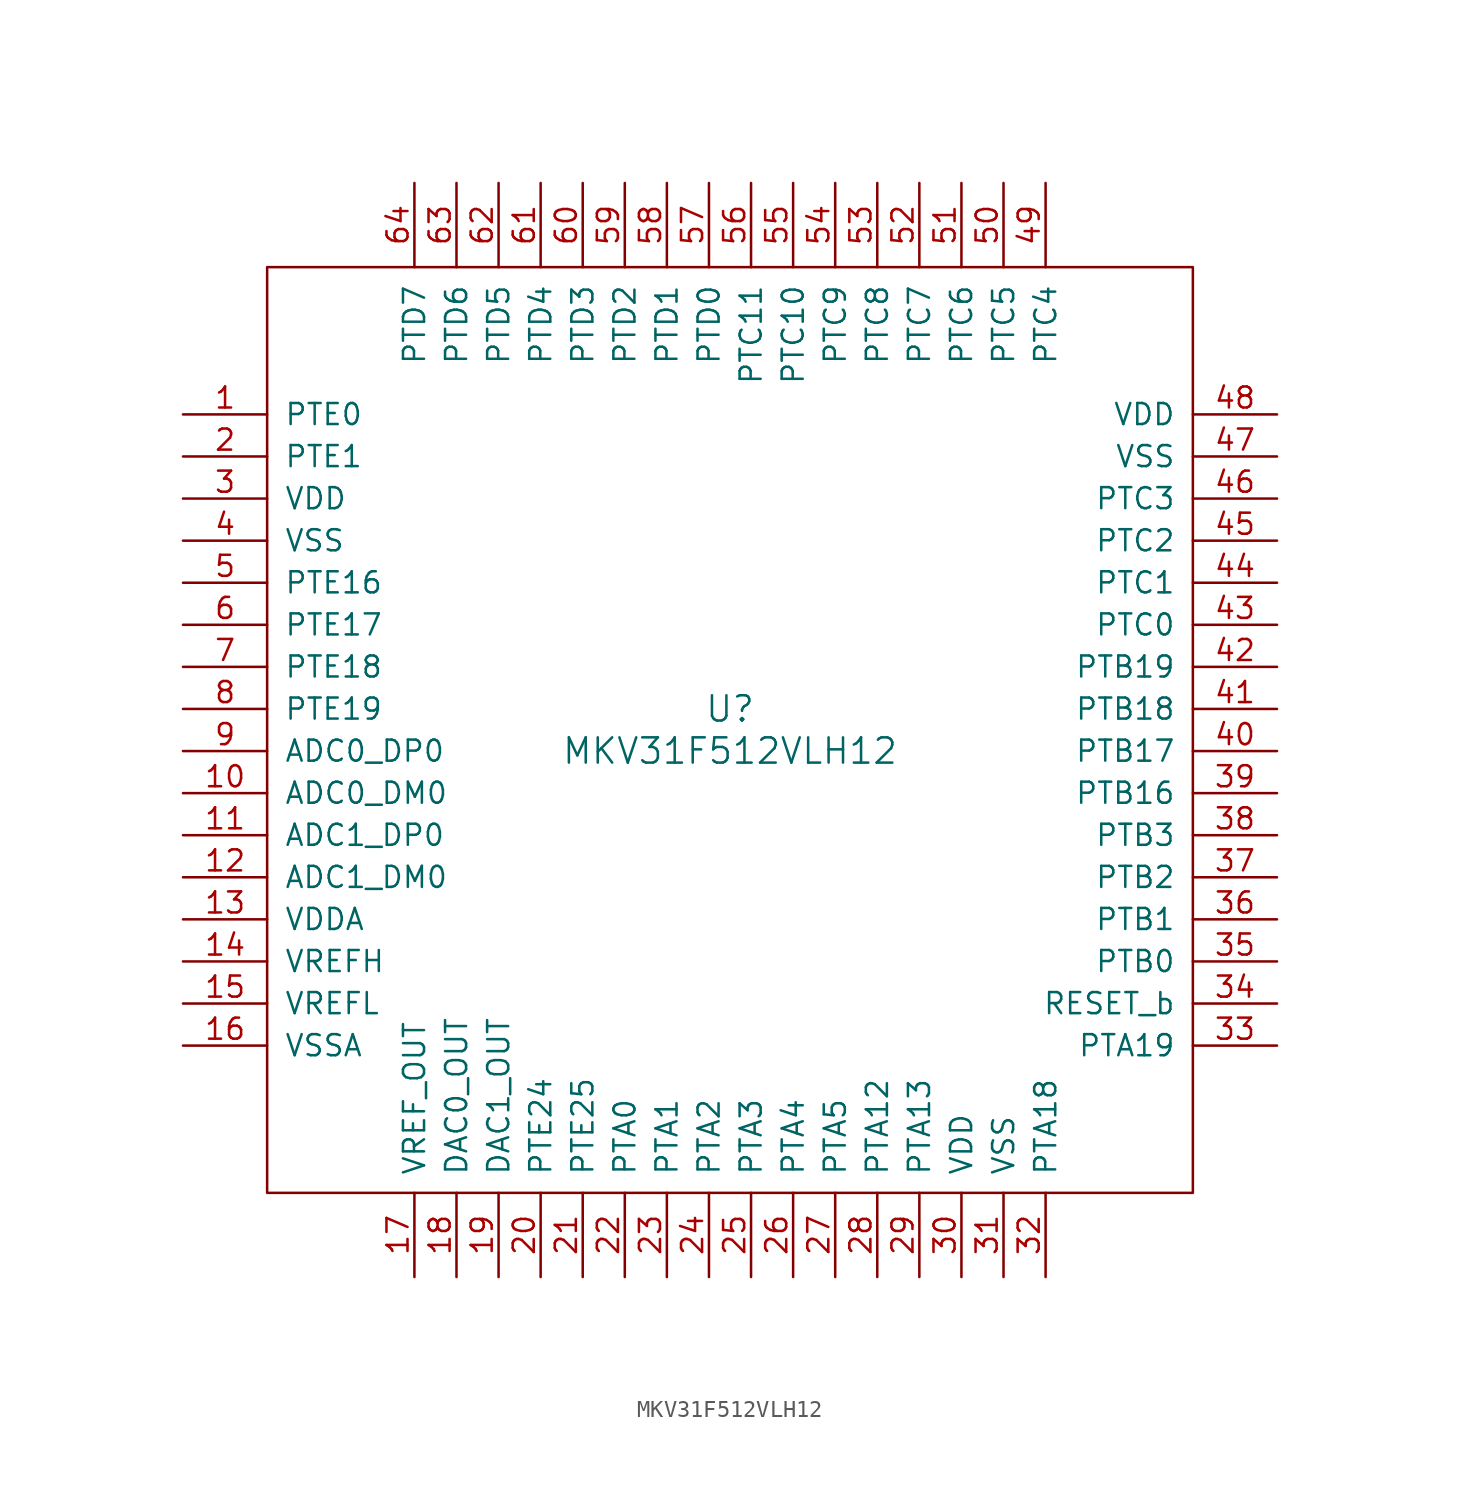
<source format=kicad_sym>
(kicad_symbol_lib
  (version 20201005)
  (generator kicad_symbol_editor)
  (symbol "MKV31F512VLH12"
    (pin_names
      (offset 1.016))
    (property "Reference" "U"
      (at 0 1.27 0)
      (effects (font (size 1.524 1.524))))
    (property "Value" "MKV31F512VLH12"
      (at 0 -1.27 0)
      (effects (font (size 1.524 1.524))))
    (symbol "MKV31F512VLH12_0_1"
      (rectangle (start -27.94 27.94) (end 27.94 -27.94) (stroke (width 0)) (fill (type none))))
    (symbol "MKV31F512VLH12_1_1"
      (pin bidirectional line (at -33.02 19.05 0) (length 5.08) (name "PTE0" (effects (font (size 1.27 1.27)))) (number "1" (effects (font (size 1.27 1.27)))))
      (pin input line (at -33.02 -3.81 0) (length 5.08) (name "ADC0_DM0" (effects (font (size 1.27 1.27)))) (number "10" (effects (font (size 1.27 1.27)))))
      (pin input line (at -33.02 -6.35 0) (length 5.08) (name "ADC1_DP0" (effects (font (size 1.27 1.27)))) (number "11" (effects (font (size 1.27 1.27)))))
      (pin input line (at -33.02 -8.89 0) (length 5.08) (name "ADC1_DM0" (effects (font (size 1.27 1.27)))) (number "12" (effects (font (size 1.27 1.27)))))
      (pin power_in line (at -33.02 -11.43 0) (length 5.08) (name "VDDA" (effects (font (size 1.27 1.27)))) (number "13" (effects (font (size 1.27 1.27)))))
      (pin power_in line (at -33.02 -13.97 0) (length 5.08) (name "VREFH" (effects (font (size 1.27 1.27)))) (number "14" (effects (font (size 1.27 1.27)))))
      (pin power_in line (at -33.02 -16.51 0) (length 5.08) (name "VREFL" (effects (font (size 1.27 1.27)))) (number "15" (effects (font (size 1.27 1.27)))))
      (pin power_in line (at -33.02 -19.05 0) (length 5.08) (name "VSSA" (effects (font (size 1.27 1.27)))) (number "16" (effects (font (size 1.27 1.27)))))
      (pin output line (at -19.05 -33.02 90) (length 5.08) (name "VREF_OUT" (effects (font (size 1.27 1.27)))) (number "17" (effects (font (size 1.27 1.27)))))
      (pin output line (at -16.51 -33.02 90) (length 5.08) (name "DAC0_OUT" (effects (font (size 1.27 1.27)))) (number "18" (effects (font (size 1.27 1.27)))))
      (pin output line (at -13.97 -33.02 90) (length 5.08) (name "DAC1_OUT" (effects (font (size 1.27 1.27)))) (number "19" (effects (font (size 1.27 1.27)))))
      (pin bidirectional line (at -33.02 16.51 0) (length 5.08) (name "PTE1" (effects (font (size 1.27 1.27)))) (number "2" (effects (font (size 1.27 1.27)))))
      (pin bidirectional line (at -11.43 -33.02 90) (length 5.08) (name "PTE24" (effects (font (size 1.27 1.27)))) (number "20" (effects (font (size 1.27 1.27)))))
      (pin bidirectional line (at -8.89 -33.02 90) (length 5.08) (name "PTE25" (effects (font (size 1.27 1.27)))) (number "21" (effects (font (size 1.27 1.27)))))
      (pin bidirectional line (at -6.35 -33.02 90) (length 5.08) (name "PTA0" (effects (font (size 1.27 1.27)))) (number "22" (effects (font (size 1.27 1.27)))))
      (pin bidirectional line (at -3.81 -33.02 90) (length 5.08) (name "PTA1" (effects (font (size 1.27 1.27)))) (number "23" (effects (font (size 1.27 1.27)))))
      (pin bidirectional line (at -1.27 -33.02 90) (length 5.08) (name "PTA2" (effects (font (size 1.27 1.27)))) (number "24" (effects (font (size 1.27 1.27)))))
      (pin bidirectional line (at 1.27 -33.02 90) (length 5.08) (name "PTA3" (effects (font (size 1.27 1.27)))) (number "25" (effects (font (size 1.27 1.27)))))
      (pin bidirectional line (at 3.81 -33.02 90) (length 5.08) (name "PTA4" (effects (font (size 1.27 1.27)))) (number "26" (effects (font (size 1.27 1.27)))))
      (pin bidirectional line (at 6.35 -33.02 90) (length 5.08) (name "PTA5" (effects (font (size 1.27 1.27)))) (number "27" (effects (font (size 1.27 1.27)))))
      (pin bidirectional line (at 8.89 -33.02 90) (length 5.08) (name "PTA12" (effects (font (size 1.27 1.27)))) (number "28" (effects (font (size 1.27 1.27)))))
      (pin bidirectional line (at 11.43 -33.02 90) (length 5.08) (name "PTA13" (effects (font (size 1.27 1.27)))) (number "29" (effects (font (size 1.27 1.27)))))
      (pin power_in line (at -33.02 13.97 0) (length 5.08) (name "VDD" (effects (font (size 1.27 1.27)))) (number "3" (effects (font (size 1.27 1.27)))))
      (pin power_in line (at 13.97 -33.02 90) (length 5.08) (name "VDD" (effects (font (size 1.27 1.27)))) (number "30" (effects (font (size 1.27 1.27)))))
      (pin power_in line (at 16.51 -33.02 90) (length 5.08) (name "VSS" (effects (font (size 1.27 1.27)))) (number "31" (effects (font (size 1.27 1.27)))))
      (pin bidirectional line (at 19.05 -33.02 90) (length 5.08) (name "PTA18" (effects (font (size 1.27 1.27)))) (number "32" (effects (font (size 1.27 1.27)))))
      (pin bidirectional line (at 33.02 -19.05 180) (length 5.08) (name "PTA19" (effects (font (size 1.27 1.27)))) (number "33" (effects (font (size 1.27 1.27)))))
      (pin input line (at 33.02 -16.51 180) (length 5.08) (name "RESET_b" (effects (font (size 1.27 1.27)))) (number "34" (effects (font (size 1.27 1.27)))))
      (pin bidirectional line (at 33.02 -13.97 180) (length 5.08) (name "PTB0" (effects (font (size 1.27 1.27)))) (number "35" (effects (font (size 1.27 1.27)))))
      (pin bidirectional line (at 33.02 -11.43 180) (length 5.08) (name "PTB1" (effects (font (size 1.27 1.27)))) (number "36" (effects (font (size 1.27 1.27)))))
      (pin bidirectional line (at 33.02 -8.89 180) (length 5.08) (name "PTB2" (effects (font (size 1.27 1.27)))) (number "37" (effects (font (size 1.27 1.27)))))
      (pin bidirectional line (at 33.02 -6.35 180) (length 5.08) (name "PTB3" (effects (font (size 1.27 1.27)))) (number "38" (effects (font (size 1.27 1.27)))))
      (pin bidirectional line (at 33.02 -3.81 180) (length 5.08) (name "PTB16" (effects (font (size 1.27 1.27)))) (number "39" (effects (font (size 1.27 1.27)))))
      (pin power_in line (at -33.02 11.43 0) (length 5.08) (name "VSS" (effects (font (size 1.27 1.27)))) (number "4" (effects (font (size 1.27 1.27)))))
      (pin bidirectional line (at 33.02 -1.27 180) (length 5.08) (name "PTB17" (effects (font (size 1.27 1.27)))) (number "40" (effects (font (size 1.27 1.27)))))
      (pin bidirectional line (at 33.02 1.27 180) (length 5.08) (name "PTB18" (effects (font (size 1.27 1.27)))) (number "41" (effects (font (size 1.27 1.27)))))
      (pin bidirectional line (at 33.02 3.81 180) (length 5.08) (name "PTB19" (effects (font (size 1.27 1.27)))) (number "42" (effects (font (size 1.27 1.27)))))
      (pin bidirectional line (at 33.02 6.35 180) (length 5.08) (name "PTC0" (effects (font (size 1.27 1.27)))) (number "43" (effects (font (size 1.27 1.27)))))
      (pin bidirectional line (at 33.02 8.89 180) (length 5.08) (name "PTC1" (effects (font (size 1.27 1.27)))) (number "44" (effects (font (size 1.27 1.27)))))
      (pin bidirectional line (at 33.02 11.43 180) (length 5.08) (name "PTC2" (effects (font (size 1.27 1.27)))) (number "45" (effects (font (size 1.27 1.27)))))
      (pin bidirectional line (at 33.02 13.97 180) (length 5.08) (name "PTC3" (effects (font (size 1.27 1.27)))) (number "46" (effects (font (size 1.27 1.27)))))
      (pin power_in line (at 33.02 16.51 180) (length 5.08) (name "VSS" (effects (font (size 1.27 1.27)))) (number "47" (effects (font (size 1.27 1.27)))))
      (pin power_in line (at 33.02 19.05 180) (length 5.08) (name "VDD" (effects (font (size 1.27 1.27)))) (number "48" (effects (font (size 1.27 1.27)))))
      (pin bidirectional line (at 19.05 33.02 270) (length 5.08) (name "PTC4" (effects (font (size 1.27 1.27)))) (number "49" (effects (font (size 1.27 1.27)))))
      (pin bidirectional line (at -33.02 8.89 0) (length 5.08) (name "PTE16" (effects (font (size 1.27 1.27)))) (number "5" (effects (font (size 1.27 1.27)))))
      (pin bidirectional line (at 16.51 33.02 270) (length 5.08) (name "PTC5" (effects (font (size 1.27 1.27)))) (number "50" (effects (font (size 1.27 1.27)))))
      (pin bidirectional line (at 13.97 33.02 270) (length 5.08) (name "PTC6" (effects (font (size 1.27 1.27)))) (number "51" (effects (font (size 1.27 1.27)))))
      (pin bidirectional line (at 11.43 33.02 270) (length 5.08) (name "PTC7" (effects (font (size 1.27 1.27)))) (number "52" (effects (font (size 1.27 1.27)))))
      (pin bidirectional line (at 8.89 33.02 270) (length 5.08) (name "PTC8" (effects (font (size 1.27 1.27)))) (number "53" (effects (font (size 1.27 1.27)))))
      (pin bidirectional line (at 6.35 33.02 270) (length 5.08) (name "PTC9" (effects (font (size 1.27 1.27)))) (number "54" (effects (font (size 1.27 1.27)))))
      (pin bidirectional line (at 3.81 33.02 270) (length 5.08) (name "PTC10" (effects (font (size 1.27 1.27)))) (number "55" (effects (font (size 1.27 1.27)))))
      (pin bidirectional line (at 1.27 33.02 270) (length 5.08) (name "PTC11" (effects (font (size 1.27 1.27)))) (number "56" (effects (font (size 1.27 1.27)))))
      (pin bidirectional line (at -1.27 33.02 270) (length 5.08) (name "PTD0" (effects (font (size 1.27 1.27)))) (number "57" (effects (font (size 1.27 1.27)))))
      (pin bidirectional line (at -3.81 33.02 270) (length 5.08) (name "PTD1" (effects (font (size 1.27 1.27)))) (number "58" (effects (font (size 1.27 1.27)))))
      (pin bidirectional line (at -6.35 33.02 270) (length 5.08) (name "PTD2" (effects (font (size 1.27 1.27)))) (number "59" (effects (font (size 1.27 1.27)))))
      (pin bidirectional line (at -33.02 6.35 0) (length 5.08) (name "PTE17" (effects (font (size 1.27 1.27)))) (number "6" (effects (font (size 1.27 1.27)))))
      (pin bidirectional line (at -8.89 33.02 270) (length 5.08) (name "PTD3" (effects (font (size 1.27 1.27)))) (number "60" (effects (font (size 1.27 1.27)))))
      (pin bidirectional line (at -11.43 33.02 270) (length 5.08) (name "PTD4" (effects (font (size 1.27 1.27)))) (number "61" (effects (font (size 1.27 1.27)))))
      (pin bidirectional line (at -13.97 33.02 270) (length 5.08) (name "PTD5" (effects (font (size 1.27 1.27)))) (number "62" (effects (font (size 1.27 1.27)))))
      (pin bidirectional line (at -16.51 33.02 270) (length 5.08) (name "PTD6" (effects (font (size 1.27 1.27)))) (number "63" (effects (font (size 1.27 1.27)))))
      (pin bidirectional line (at -19.05 33.02 270) (length 5.08) (name "PTD7" (effects (font (size 1.27 1.27)))) (number "64" (effects (font (size 1.27 1.27)))))
      (pin bidirectional line (at -33.02 3.81 0) (length 5.08) (name "PTE18" (effects (font (size 1.27 1.27)))) (number "7" (effects (font (size 1.27 1.27)))))
      (pin bidirectional line (at -33.02 1.27 0) (length 5.08) (name "PTE19" (effects (font (size 1.27 1.27)))) (number "8" (effects (font (size 1.27 1.27)))))
      (pin input line (at -33.02 -1.27 0) (length 5.08) (name "ADC0_DP0" (effects (font (size 1.27 1.27)))) (number "9" (effects (font (size 1.27 1.27))))))))
</source>
